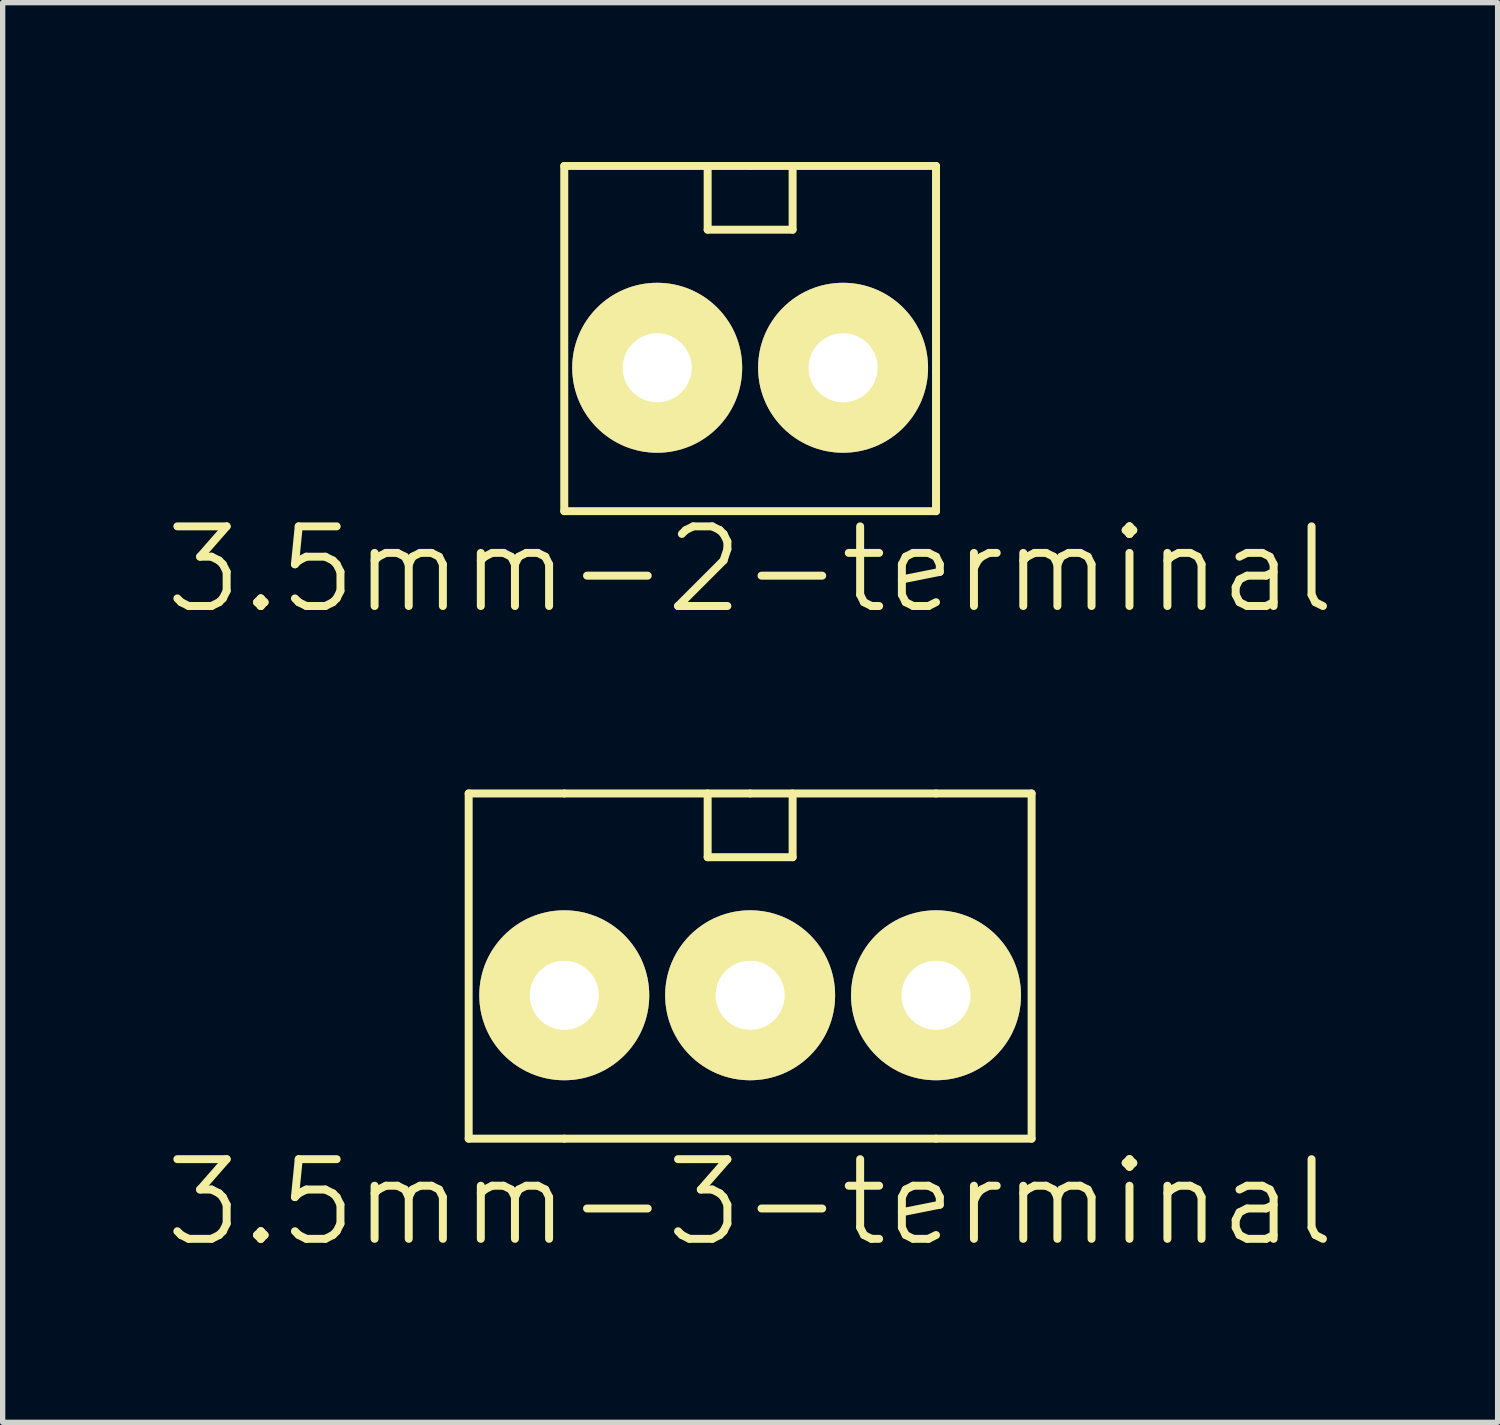
<source format=kicad_pcb>
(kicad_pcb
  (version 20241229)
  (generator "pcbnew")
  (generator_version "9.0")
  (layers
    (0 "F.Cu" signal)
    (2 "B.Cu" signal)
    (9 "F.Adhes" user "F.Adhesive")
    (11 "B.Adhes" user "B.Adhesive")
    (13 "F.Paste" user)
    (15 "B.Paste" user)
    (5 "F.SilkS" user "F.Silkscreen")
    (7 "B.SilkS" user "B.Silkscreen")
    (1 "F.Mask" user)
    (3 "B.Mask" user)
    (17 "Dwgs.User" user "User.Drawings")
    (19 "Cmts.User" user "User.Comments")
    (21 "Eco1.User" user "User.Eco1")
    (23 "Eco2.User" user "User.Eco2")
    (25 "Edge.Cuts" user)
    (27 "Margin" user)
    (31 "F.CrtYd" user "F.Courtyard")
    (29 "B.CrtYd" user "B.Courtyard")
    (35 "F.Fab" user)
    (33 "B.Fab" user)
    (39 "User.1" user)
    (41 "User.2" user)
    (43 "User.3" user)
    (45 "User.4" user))
  (footprint "3.5mm-3-terminal"
    (layer "F.Cu")
    (at 11.075 15.691)
    (property "Reference" "3.5mm-3-terminal" (at 0 3.9 0) (layer "F.SilkS") (effects (font (size 1.5 1.5) (thickness 0.15))))
    (attr through_hole)
    (fp_line (start -5.3 2.7) (end -5.3 -3.8) (stroke (width 0.15) (type solid)) (layer "F.SilkS"))
    (fp_line (start -3.5 -3.8) (end -5.3 -3.8) (stroke (width 0.15) (type solid)) (layer "F.SilkS"))
    (fp_line (start -3.5 -3.8) (end 0 -3.8) (stroke (width 0.15) (type solid)) (layer "F.SilkS"))
    (fp_line (start -3.5 2.7) (end -5.3 2.7) (stroke (width 0.15) (type solid)) (layer "F.SilkS"))
    (fp_line (start -0.8 -3.8) (end -0.8 -2.6) (stroke (width 0.15) (type solid)) (layer "F.SilkS"))
    (fp_line (start -0.8 -2.6) (end 0.8 -2.6) (stroke (width 0.15) (type solid)) (layer "F.SilkS"))
    (fp_line (start 0 -3.8) (end 3.5 -3.8) (stroke (width 0.15) (type solid)) (layer "F.SilkS"))
    (fp_line (start 0.8 -2.6) (end 0.8 -3.8) (stroke (width 0.15) (type solid)) (layer "F.SilkS"))
    (fp_line (start 3.5 -3.8) (end 5.3 -3.8) (stroke (width 0.15) (type solid)) (layer "F.SilkS"))
    (fp_line (start 3.5 2.7) (end -3.5 2.7) (stroke (width 0.15) (type solid)) (layer "F.SilkS"))
    (fp_line (start 3.5 2.7) (end 5.3 2.7) (stroke (width 0.15) (type solid)) (layer "F.SilkS"))
    (fp_line (start 5.3 -3.8) (end 5.3 2.7) (stroke (width 0.15) (type solid)) (layer "F.SilkS"))
    (pad "1" thru_hole circle (at 3.5 0) (size 3.2 3.2) (drill 1.3) (layers "*.Cu" "*.Mask" "F.SilkS"))
    (pad "2" thru_hole circle (at 0 0) (size 3.2 3.2) (drill 1.3) (layers "*.Cu" "*.Mask" "F.SilkS"))
    (pad "3" thru_hole circle (at -3.5 0) (size 3.2 3.2) (drill 1.3) (layers "*.Cu" "*.Mask" "F.SilkS")))
  (footprint "3.5mm-2-terminal"
    (layer "F.Cu")
    (at 11.075 3.875)
    (property "Reference" "3.5mm-2-terminal" (at 0 3.8 0) (layer "F.SilkS") (effects (font (size 1.5 1.5) (thickness 0.15))))
    (attr through_hole)
    (fp_line (start -3.5 -3.8) (end 0 -3.8) (stroke (width 0.15) (type solid)) (layer "F.SilkS"))
    (fp_line (start -3.5 2.7) (end -3.5 -3.8) (stroke (width 0.15) (type solid)) (layer "F.SilkS"))
    (fp_line (start -0.8 -3.8) (end -0.8 -2.6) (stroke (width 0.15) (type solid)) (layer "F.SilkS"))
    (fp_line (start -0.8 -2.6) (end 0.8 -2.6) (stroke (width 0.15) (type solid)) (layer "F.SilkS"))
    (fp_line (start 0 -3.8) (end 3.5 -3.8) (stroke (width 0.15) (type solid)) (layer "F.SilkS"))
    (fp_line (start 0.8 -2.6) (end 0.8 -3.8) (stroke (width 0.15) (type solid)) (layer "F.SilkS"))
    (fp_line (start 3.5 -3.8) (end 3.5 2.7) (stroke (width 0.15) (type solid)) (layer "F.SilkS"))
    (fp_line (start 3.5 2.7) (end -3.5 2.7) (stroke (width 0.15) (type solid)) (layer "F.SilkS"))
    (pad "1" thru_hole circle (at 1.75 0) (size 3.2 3.2) (drill 1.3) (layers "*.Cu" "*.Mask" "F.SilkS"))
    (pad "2" thru_hole circle (at -1.75 0) (size 3.2 3.2) (drill 1.3) (layers "*.Cu" "*.Mask" "F.SilkS")))
  (gr_rect
    (start -3 -3)
    (end 25.15 23.732)
    (stroke (width 0.1) (type default))
    (fill no)
    (layer "Edge.Cuts")))
</source>
